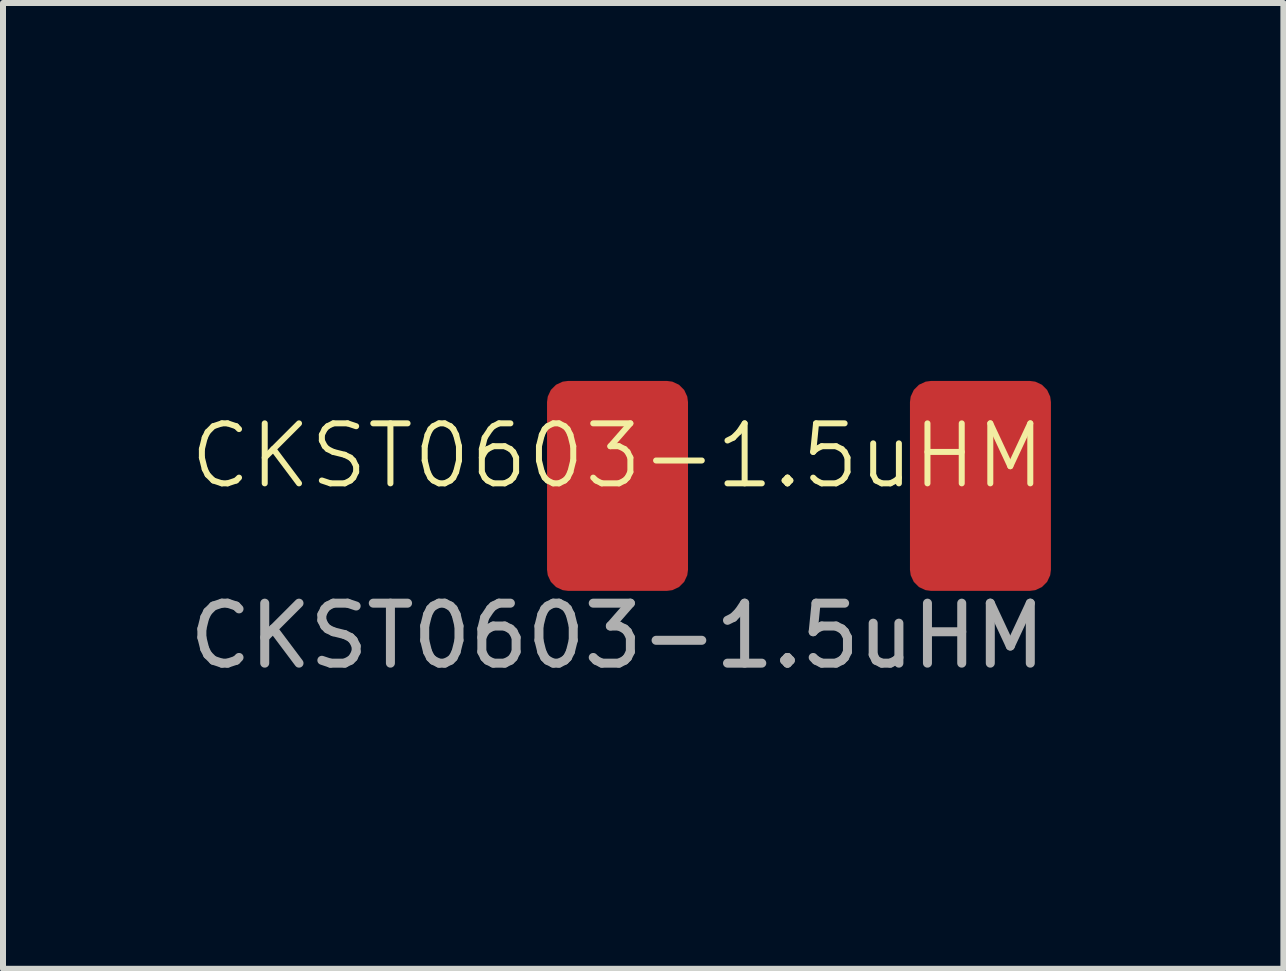
<source format=kicad_pcb>
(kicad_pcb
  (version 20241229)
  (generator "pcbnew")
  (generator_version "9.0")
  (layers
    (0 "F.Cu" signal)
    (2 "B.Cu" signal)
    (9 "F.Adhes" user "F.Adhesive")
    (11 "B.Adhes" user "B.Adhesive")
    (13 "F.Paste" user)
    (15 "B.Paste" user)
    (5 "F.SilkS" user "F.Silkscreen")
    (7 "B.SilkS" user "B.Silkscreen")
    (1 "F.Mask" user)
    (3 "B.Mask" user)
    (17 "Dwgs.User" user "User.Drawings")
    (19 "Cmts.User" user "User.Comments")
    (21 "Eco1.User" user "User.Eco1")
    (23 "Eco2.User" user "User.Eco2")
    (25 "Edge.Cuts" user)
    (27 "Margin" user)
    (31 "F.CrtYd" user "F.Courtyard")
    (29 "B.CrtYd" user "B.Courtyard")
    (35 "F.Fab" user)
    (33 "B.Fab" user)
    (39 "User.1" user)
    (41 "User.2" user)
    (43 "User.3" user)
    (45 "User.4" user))
  (footprint "CKST0603-1.5uHM"
    (layer "F.Cu")
    (at 7.244 5.05)
    (property "Reference" "CKST0603-1.5uHM" (at 0 -0.5 0) (unlocked yes) (layer "F.SilkS") (effects (font (size 1 1) (thickness 0.1))))
    (attr smd)
    (fp_rect (start -2 -5) (end 8.05 5) (stroke (width 0.1) (type solid)) (fill no) (layer "Margin"))
    (fp_text user "${REFERENCE}" (at 0 2.5 0) (unlocked yes) (layer "F.Fab") (effects (font (size 1 1) (thickness 0.15))))
    (pad "1" smd roundrect (at 0 0) (size 2.35 3.5) (layers "F.Cu" "F.Mask" "F.Paste") (roundrect_rratio 0.15))
    (pad "2" smd roundrect (at 6.05 0) (size 2.35 3.5) (layers "F.Cu" "F.Mask" "F.Paste") (roundrect_rratio 0.15)))
  (gr_rect
    (start -3 -3)
    (end 18.344 13.1)
    (stroke (width 0.1) (type default))
    (fill no)
    (layer "Edge.Cuts")))
</source>
